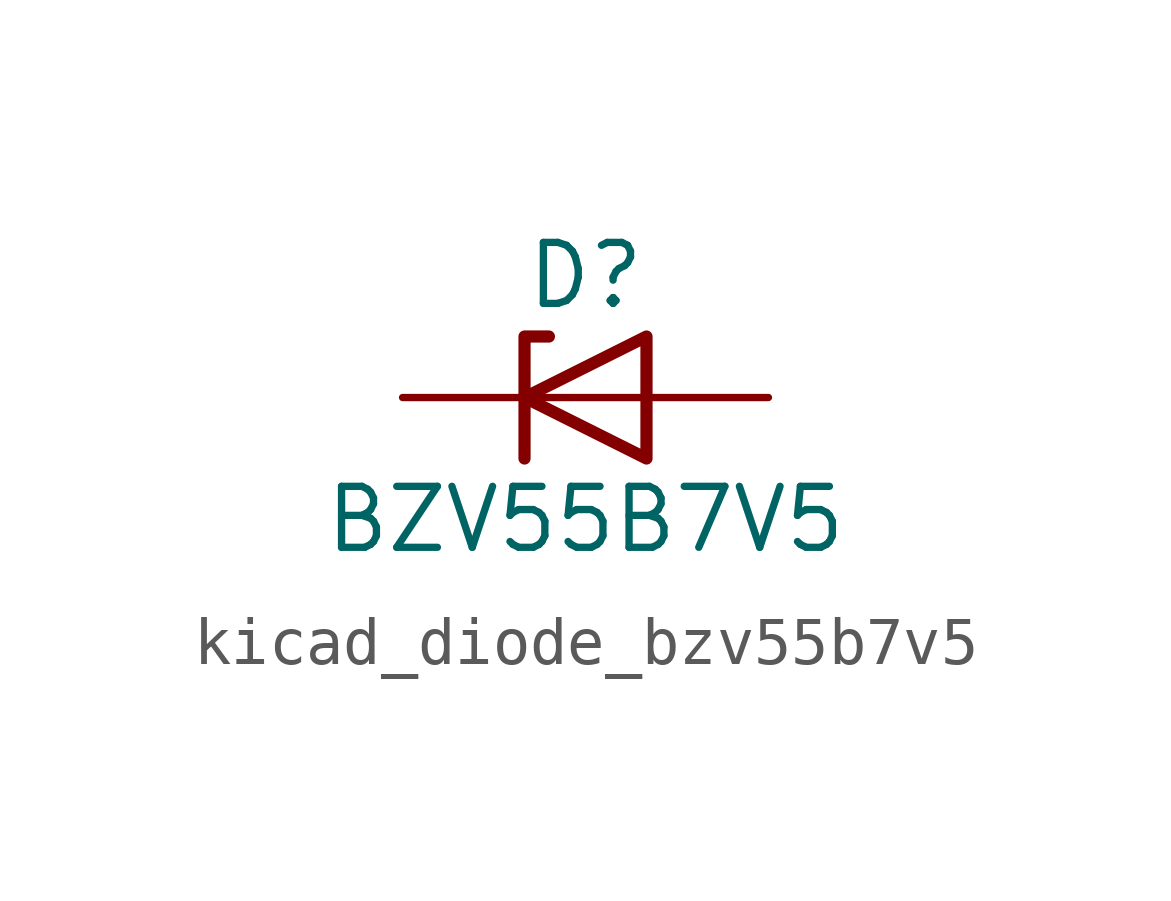
<source format=kicad_sym>
(kicad_symbol_lib
  (version 20220914)
  (generator kicad_symbol_editor)
  (symbol "kicad_diode_bzv55b7v5"
    (pin_numbers hide)
    (pin_names hide)
    (property "Reference" "D"
      (at 0 2.54 0)
      (effects (font (size 1.27 1.27))))
    (property "Value" "BZV55B7V5"
      (at 0 -2.54 0)
      (effects (font (size 1.27 1.27))))
    (symbol "kicad_diode_bzv55b7v5_0_1"
      (polyline (pts (xy 1.27 0) (xy -1.27 0)) (stroke (width 0) (type default)) (fill (type none)))
      (polyline (pts (xy -1.27 -1.27) (xy -1.27 1.27) (xy -0.762 1.27)) (stroke (width 0.254) (type default)) (fill (type none)))
      (polyline (pts (xy 1.27 -1.27) (xy 1.27 1.27) (xy -1.27 0) (xy 1.27 -1.27)) (stroke (width 0.254) (type default)) (fill (type none))))
    (symbol "kicad_diode_bzv55b7v5_1_1"
      (pin passive line (at -3.81 0 0) (length 2.54) (name "K" (effects (font (size 1.27 1.27)))) (number "1" (effects (font (size 1.27 1.27)))))
      (pin passive line (at 3.81 0 180) (length 2.54) (name "A" (effects (font (size 1.27 1.27)))) (number "2" (effects (font (size 1.27 1.27))))))))
</source>
